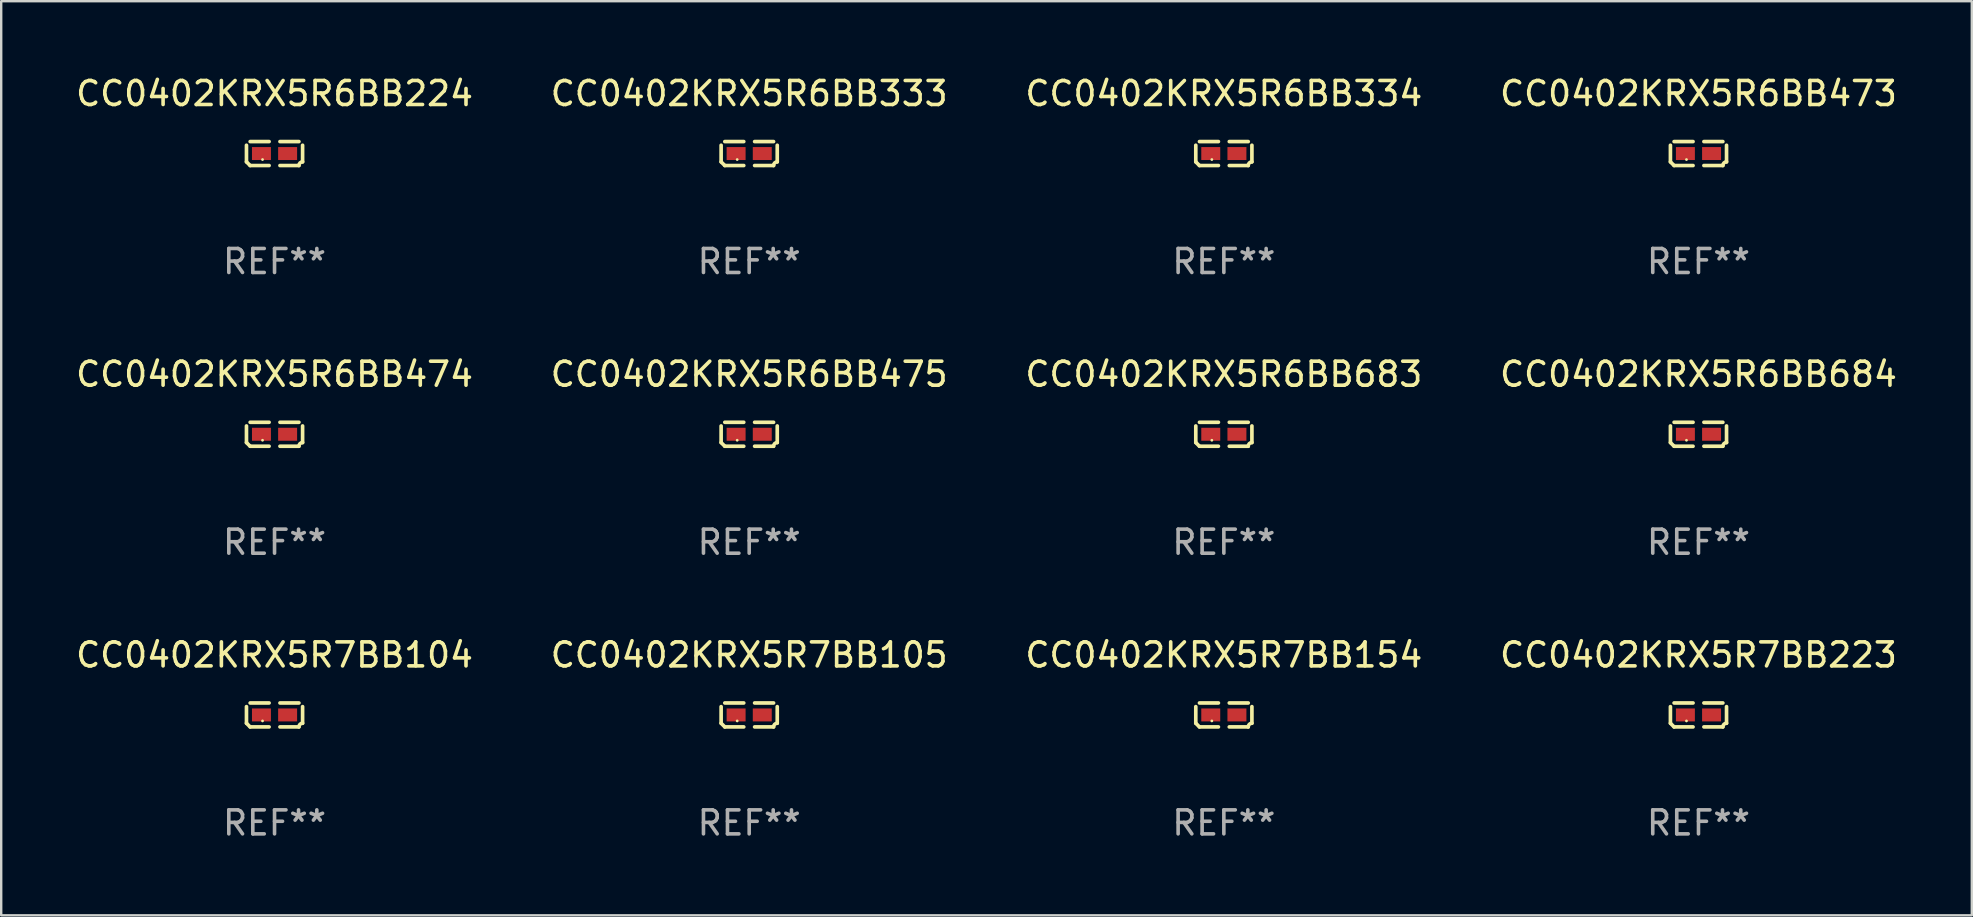
<source format=kicad_pcb>
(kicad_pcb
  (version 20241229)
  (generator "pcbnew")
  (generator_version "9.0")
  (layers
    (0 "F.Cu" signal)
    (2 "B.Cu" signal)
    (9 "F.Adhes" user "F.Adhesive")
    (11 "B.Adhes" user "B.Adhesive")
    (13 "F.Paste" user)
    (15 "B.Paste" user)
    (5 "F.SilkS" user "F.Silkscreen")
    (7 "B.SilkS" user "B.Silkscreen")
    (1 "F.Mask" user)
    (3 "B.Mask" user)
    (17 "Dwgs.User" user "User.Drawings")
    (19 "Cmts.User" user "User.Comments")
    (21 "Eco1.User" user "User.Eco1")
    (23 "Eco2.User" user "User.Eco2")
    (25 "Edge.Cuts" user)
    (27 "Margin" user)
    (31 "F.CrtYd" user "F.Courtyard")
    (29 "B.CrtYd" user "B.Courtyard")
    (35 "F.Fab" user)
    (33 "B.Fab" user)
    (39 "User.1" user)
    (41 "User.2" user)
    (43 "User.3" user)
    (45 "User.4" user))
  (footprint "CC0402KRX5R7BB105"
    (layer "F.Cu")
    (at 28.161 26.734)
    (property "Reference" "CC0402KRX5R7BB105" (at 0 -2.499 0) (layer "F.SilkS") (effects (font (size 1 1) (thickness 0.15))))
    (attr through_hole)
    (fp_line (start -1.169 0.346) (end -1.169 -0.346) (stroke (width 0.152) (type solid)) (layer "F.SilkS"))
    (fp_line (start -1.016 -0.499) (end -0.226 -0.499) (stroke (width 0.152) (type solid)) (layer "F.SilkS"))
    (fp_line (start -0.226 0.499) (end -1.016 0.499) (stroke (width 0.152) (type solid)) (layer "F.SilkS"))
    (fp_line (start 0.226 0.499) (end 1.016 0.499) (stroke (width 0.152) (type solid)) (layer "F.SilkS"))
    (fp_line (start 1.016 -0.499) (end 0.226 -0.499) (stroke (width 0.152) (type solid)) (layer "F.SilkS"))
    (fp_line (start 1.169 0.346) (end 1.169 -0.346) (stroke (width 0.152) (type solid)) (layer "F.SilkS"))
    (fp_arc (start -1.016307 0.498603) (mid -1.092512 0.422405) (end -1.16871 0.3462) (stroke (width 0.1524) (type solid)) (layer "F.SilkS"))
    (fp_arc (start 1.016307 0.498603) (mid 1.060899 0.390758) (end 1.168707 0.346076) (stroke (width 0.1524) (type solid)) (layer "F.SilkS"))
    (fp_circle (center -0.5 0.25) (end -0.47 0.25) (stroke (width 0.06) (type solid)) (fill no) (layer "F.SilkS"))
    (fp_text user "REF**" (at 0 4.499 0) (layer "F.Fab") (effects (font (size 1 1) (thickness 0.15))))
    (pad "1" smd rect (at -0.545 0) (size 0.79 0.54) (layers "F.Cu" "F.Mask" "F.Paste"))
    (pad "2" smd rect (at 0.545 0) (size 0.79 0.54) (layers "F.Cu" "F.Mask" "F.Paste")))
  (footprint "CC0402KRX5R7BB104"
    (layer "F.Cu")
    (at 8.387 26.734)
    (property "Reference" "CC0402KRX5R7BB104" (at 0 -2.499 0) (layer "F.SilkS") (effects (font (size 1 1) (thickness 0.15))))
    (attr through_hole)
    (fp_line (start -1.169 0.346) (end -1.169 -0.346) (stroke (width 0.152) (type solid)) (layer "F.SilkS"))
    (fp_line (start -1.016 -0.499) (end -0.226 -0.499) (stroke (width 0.152) (type solid)) (layer "F.SilkS"))
    (fp_line (start -0.226 0.499) (end -1.016 0.499) (stroke (width 0.152) (type solid)) (layer "F.SilkS"))
    (fp_line (start 0.226 0.499) (end 1.016 0.499) (stroke (width 0.152) (type solid)) (layer "F.SilkS"))
    (fp_line (start 1.016 -0.499) (end 0.226 -0.499) (stroke (width 0.152) (type solid)) (layer "F.SilkS"))
    (fp_line (start 1.169 0.346) (end 1.169 -0.346) (stroke (width 0.152) (type solid)) (layer "F.SilkS"))
    (fp_arc (start -1.016307 0.498603) (mid -1.092512 0.422405) (end -1.16871 0.3462) (stroke (width 0.1524) (type solid)) (layer "F.SilkS"))
    (fp_arc (start 1.016307 0.498603) (mid 1.060899 0.390758) (end 1.168707 0.346076) (stroke (width 0.1524) (type solid)) (layer "F.SilkS"))
    (fp_circle (center -0.5 0.25) (end -0.47 0.25) (stroke (width 0.06) (type solid)) (fill no) (layer "F.SilkS"))
    (fp_text user "REF**" (at 0 4.499 0) (layer "F.Fab") (effects (font (size 1 1) (thickness 0.15))))
    (pad "1" smd rect (at -0.545 0) (size 0.79 0.54) (layers "F.Cu" "F.Mask" "F.Paste"))
    (pad "2" smd rect (at 0.545 0) (size 0.79 0.54) (layers "F.Cu" "F.Mask" "F.Paste")))
  (footprint "CC0402KRX5R6BB684"
    (layer "F.Cu")
    (at 67.708 15.041)
    (property "Reference" "CC0402KRX5R6BB684" (at 0 -2.499 0) (layer "F.SilkS") (effects (font (size 1 1) (thickness 0.15))))
    (attr through_hole)
    (fp_line (start -1.169 0.346) (end -1.169 -0.346) (stroke (width 0.152) (type solid)) (layer "F.SilkS"))
    (fp_line (start -1.016 -0.499) (end -0.226 -0.499) (stroke (width 0.152) (type solid)) (layer "F.SilkS"))
    (fp_line (start -0.226 0.499) (end -1.016 0.499) (stroke (width 0.152) (type solid)) (layer "F.SilkS"))
    (fp_line (start 0.226 0.499) (end 1.016 0.499) (stroke (width 0.152) (type solid)) (layer "F.SilkS"))
    (fp_line (start 1.016 -0.499) (end 0.226 -0.499) (stroke (width 0.152) (type solid)) (layer "F.SilkS"))
    (fp_line (start 1.169 0.346) (end 1.169 -0.346) (stroke (width 0.152) (type solid)) (layer "F.SilkS"))
    (fp_arc (start -1.016307 0.498603) (mid -1.092512 0.422405) (end -1.16871 0.3462) (stroke (width 0.1524) (type solid)) (layer "F.SilkS"))
    (fp_arc (start 1.016307 0.498603) (mid 1.060899 0.390758) (end 1.168707 0.346076) (stroke (width 0.1524) (type solid)) (layer "F.SilkS"))
    (fp_circle (center -0.5 0.25) (end -0.47 0.25) (stroke (width 0.06) (type solid)) (fill no) (layer "F.SilkS"))
    (fp_text user "REF**" (at 0 4.499 0) (layer "F.Fab") (effects (font (size 1 1) (thickness 0.15))))
    (pad "1" smd rect (at -0.545 0) (size 0.79 0.54) (layers "F.Cu" "F.Mask" "F.Paste"))
    (pad "2" smd rect (at 0.545 0) (size 0.79 0.54) (layers "F.Cu" "F.Mask" "F.Paste")))
  (footprint "CC0402KRX5R6BB224"
    (layer "F.Cu")
    (at 8.387 3.347)
    (property "Reference" "CC0402KRX5R6BB224" (at 0 -2.499 0) (layer "F.SilkS") (effects (font (size 1 1) (thickness 0.15))))
    (attr through_hole)
    (fp_line (start -1.169 0.346) (end -1.169 -0.346) (stroke (width 0.152) (type solid)) (layer "F.SilkS"))
    (fp_line (start -1.016 -0.499) (end -0.226 -0.499) (stroke (width 0.152) (type solid)) (layer "F.SilkS"))
    (fp_line (start -0.226 0.499) (end -1.016 0.499) (stroke (width 0.152) (type solid)) (layer "F.SilkS"))
    (fp_line (start 0.226 0.499) (end 1.016 0.499) (stroke (width 0.152) (type solid)) (layer "F.SilkS"))
    (fp_line (start 1.016 -0.499) (end 0.226 -0.499) (stroke (width 0.152) (type solid)) (layer "F.SilkS"))
    (fp_line (start 1.169 0.346) (end 1.169 -0.346) (stroke (width 0.152) (type solid)) (layer "F.SilkS"))
    (fp_arc (start -1.016307 0.498603) (mid -1.092512 0.422405) (end -1.16871 0.3462) (stroke (width 0.1524) (type solid)) (layer "F.SilkS"))
    (fp_arc (start 1.016307 0.498603) (mid 1.060899 0.390758) (end 1.168707 0.346076) (stroke (width 0.1524) (type solid)) (layer "F.SilkS"))
    (fp_circle (center -0.5 0.25) (end -0.47 0.25) (stroke (width 0.06) (type solid)) (fill no) (layer "F.SilkS"))
    (fp_text user "REF**" (at 0 4.499 0) (layer "F.Fab") (effects (font (size 1 1) (thickness 0.15))))
    (pad "1" smd rect (at -0.545 0) (size 0.79 0.54) (layers "F.Cu" "F.Mask" "F.Paste"))
    (pad "2" smd rect (at 0.545 0) (size 0.79 0.54) (layers "F.Cu" "F.Mask" "F.Paste")))
  (footprint "CC0402KRX5R6BB473"
    (layer "F.Cu")
    (at 67.708 3.347)
    (property "Reference" "CC0402KRX5R6BB473" (at 0 -2.499 0) (layer "F.SilkS") (effects (font (size 1 1) (thickness 0.15))))
    (attr through_hole)
    (fp_line (start -1.169 0.346) (end -1.169 -0.346) (stroke (width 0.152) (type solid)) (layer "F.SilkS"))
    (fp_line (start -1.016 -0.499) (end -0.226 -0.499) (stroke (width 0.152) (type solid)) (layer "F.SilkS"))
    (fp_line (start -0.226 0.499) (end -1.016 0.499) (stroke (width 0.152) (type solid)) (layer "F.SilkS"))
    (fp_line (start 0.226 0.499) (end 1.016 0.499) (stroke (width 0.152) (type solid)) (layer "F.SilkS"))
    (fp_line (start 1.016 -0.499) (end 0.226 -0.499) (stroke (width 0.152) (type solid)) (layer "F.SilkS"))
    (fp_line (start 1.169 0.346) (end 1.169 -0.346) (stroke (width 0.152) (type solid)) (layer "F.SilkS"))
    (fp_arc (start -1.016307 0.498603) (mid -1.092512 0.422405) (end -1.16871 0.3462) (stroke (width 0.1524) (type solid)) (layer "F.SilkS"))
    (fp_arc (start 1.016307 0.498603) (mid 1.060899 0.390758) (end 1.168707 0.346076) (stroke (width 0.1524) (type solid)) (layer "F.SilkS"))
    (fp_circle (center -0.5 0.25) (end -0.47 0.25) (stroke (width 0.06) (type solid)) (fill no) (layer "F.SilkS"))
    (fp_text user "REF**" (at 0 4.499 0) (layer "F.Fab") (effects (font (size 1 1) (thickness 0.15))))
    (pad "1" smd rect (at -0.545 0) (size 0.79 0.54) (layers "F.Cu" "F.Mask" "F.Paste"))
    (pad "2" smd rect (at 0.545 0) (size 0.79 0.54) (layers "F.Cu" "F.Mask" "F.Paste")))
  (footprint "CC0402KRX5R7BB223"
    (layer "F.Cu")
    (at 67.708 26.734)
    (property "Reference" "CC0402KRX5R7BB223" (at 0 -2.499 0) (layer "F.SilkS") (effects (font (size 1 1) (thickness 0.15))))
    (attr through_hole)
    (fp_line (start -1.169 0.346) (end -1.169 -0.346) (stroke (width 0.152) (type solid)) (layer "F.SilkS"))
    (fp_line (start -1.016 -0.499) (end -0.226 -0.499) (stroke (width 0.152) (type solid)) (layer "F.SilkS"))
    (fp_line (start -0.226 0.499) (end -1.016 0.499) (stroke (width 0.152) (type solid)) (layer "F.SilkS"))
    (fp_line (start 0.226 0.499) (end 1.016 0.499) (stroke (width 0.152) (type solid)) (layer "F.SilkS"))
    (fp_line (start 1.016 -0.499) (end 0.226 -0.499) (stroke (width 0.152) (type solid)) (layer "F.SilkS"))
    (fp_line (start 1.169 0.346) (end 1.169 -0.346) (stroke (width 0.152) (type solid)) (layer "F.SilkS"))
    (fp_arc (start -1.016307 0.498603) (mid -1.092512 0.422405) (end -1.16871 0.3462) (stroke (width 0.1524) (type solid)) (layer "F.SilkS"))
    (fp_arc (start 1.016307 0.498603) (mid 1.060899 0.390758) (end 1.168707 0.346076) (stroke (width 0.1524) (type solid)) (layer "F.SilkS"))
    (fp_circle (center -0.5 0.25) (end -0.47 0.25) (stroke (width 0.06) (type solid)) (fill no) (layer "F.SilkS"))
    (fp_text user "REF**" (at 0 4.499 0) (layer "F.Fab") (effects (font (size 1 1) (thickness 0.15))))
    (pad "1" smd rect (at -0.545 0) (size 0.79 0.54) (layers "F.Cu" "F.Mask" "F.Paste"))
    (pad "2" smd rect (at 0.545 0) (size 0.79 0.54) (layers "F.Cu" "F.Mask" "F.Paste")))
  (footprint "CC0402KRX5R6BB683"
    (layer "F.Cu")
    (at 47.935 15.041)
    (property "Reference" "CC0402KRX5R6BB683" (at 0 -2.499 0) (layer "F.SilkS") (effects (font (size 1 1) (thickness 0.15))))
    (attr through_hole)
    (fp_line (start -1.169 0.346) (end -1.169 -0.346) (stroke (width 0.152) (type solid)) (layer "F.SilkS"))
    (fp_line (start -1.016 -0.499) (end -0.226 -0.499) (stroke (width 0.152) (type solid)) (layer "F.SilkS"))
    (fp_line (start -0.226 0.499) (end -1.016 0.499) (stroke (width 0.152) (type solid)) (layer "F.SilkS"))
    (fp_line (start 0.226 0.499) (end 1.016 0.499) (stroke (width 0.152) (type solid)) (layer "F.SilkS"))
    (fp_line (start 1.016 -0.499) (end 0.226 -0.499) (stroke (width 0.152) (type solid)) (layer "F.SilkS"))
    (fp_line (start 1.169 0.346) (end 1.169 -0.346) (stroke (width 0.152) (type solid)) (layer "F.SilkS"))
    (fp_arc (start -1.016307 0.498603) (mid -1.092512 0.422405) (end -1.16871 0.3462) (stroke (width 0.1524) (type solid)) (layer "F.SilkS"))
    (fp_arc (start 1.016307 0.498603) (mid 1.060899 0.390758) (end 1.168707 0.346076) (stroke (width 0.1524) (type solid)) (layer "F.SilkS"))
    (fp_circle (center -0.5 0.25) (end -0.47 0.25) (stroke (width 0.06) (type solid)) (fill no) (layer "F.SilkS"))
    (fp_text user "REF**" (at 0 4.499 0) (layer "F.Fab") (effects (font (size 1 1) (thickness 0.15))))
    (pad "1" smd rect (at -0.545 0) (size 0.79 0.54) (layers "F.Cu" "F.Mask" "F.Paste"))
    (pad "2" smd rect (at 0.545 0) (size 0.79 0.54) (layers "F.Cu" "F.Mask" "F.Paste")))
  (footprint "CC0402KRX5R7BB154"
    (layer "F.Cu")
    (at 47.935 26.734)
    (property "Reference" "CC0402KRX5R7BB154" (at 0 -2.499 0) (layer "F.SilkS") (effects (font (size 1 1) (thickness 0.15))))
    (attr through_hole)
    (fp_line (start -1.169 0.346) (end -1.169 -0.346) (stroke (width 0.152) (type solid)) (layer "F.SilkS"))
    (fp_line (start -1.016 -0.499) (end -0.226 -0.499) (stroke (width 0.152) (type solid)) (layer "F.SilkS"))
    (fp_line (start -0.226 0.499) (end -1.016 0.499) (stroke (width 0.152) (type solid)) (layer "F.SilkS"))
    (fp_line (start 0.226 0.499) (end 1.016 0.499) (stroke (width 0.152) (type solid)) (layer "F.SilkS"))
    (fp_line (start 1.016 -0.499) (end 0.226 -0.499) (stroke (width 0.152) (type solid)) (layer "F.SilkS"))
    (fp_line (start 1.169 0.346) (end 1.169 -0.346) (stroke (width 0.152) (type solid)) (layer "F.SilkS"))
    (fp_arc (start -1.016307 0.498603) (mid -1.092512 0.422405) (end -1.16871 0.3462) (stroke (width 0.1524) (type solid)) (layer "F.SilkS"))
    (fp_arc (start 1.016307 0.498603) (mid 1.060899 0.390758) (end 1.168707 0.346076) (stroke (width 0.1524) (type solid)) (layer "F.SilkS"))
    (fp_circle (center -0.5 0.25) (end -0.47 0.25) (stroke (width 0.06) (type solid)) (fill no) (layer "F.SilkS"))
    (fp_text user "REF**" (at 0 4.499 0) (layer "F.Fab") (effects (font (size 1 1) (thickness 0.15))))
    (pad "1" smd rect (at -0.545 0) (size 0.79 0.54) (layers "F.Cu" "F.Mask" "F.Paste"))
    (pad "2" smd rect (at 0.545 0) (size 0.79 0.54) (layers "F.Cu" "F.Mask" "F.Paste")))
  (footprint "CC0402KRX5R6BB475"
    (layer "F.Cu")
    (at 28.161 15.041)
    (property "Reference" "CC0402KRX5R6BB475" (at 0 -2.499 0) (layer "F.SilkS") (effects (font (size 1 1) (thickness 0.15))))
    (attr through_hole)
    (fp_line (start -1.169 0.346) (end -1.169 -0.346) (stroke (width 0.152) (type solid)) (layer "F.SilkS"))
    (fp_line (start -1.016 -0.499) (end -0.226 -0.499) (stroke (width 0.152) (type solid)) (layer "F.SilkS"))
    (fp_line (start -0.226 0.499) (end -1.016 0.499) (stroke (width 0.152) (type solid)) (layer "F.SilkS"))
    (fp_line (start 0.226 0.499) (end 1.016 0.499) (stroke (width 0.152) (type solid)) (layer "F.SilkS"))
    (fp_line (start 1.016 -0.499) (end 0.226 -0.499) (stroke (width 0.152) (type solid)) (layer "F.SilkS"))
    (fp_line (start 1.169 0.346) (end 1.169 -0.346) (stroke (width 0.152) (type solid)) (layer "F.SilkS"))
    (fp_arc (start -1.016307 0.498603) (mid -1.092512 0.422405) (end -1.16871 0.3462) (stroke (width 0.1524) (type solid)) (layer "F.SilkS"))
    (fp_arc (start 1.016307 0.498603) (mid 1.060899 0.390758) (end 1.168707 0.346076) (stroke (width 0.1524) (type solid)) (layer "F.SilkS"))
    (fp_circle (center -0.5 0.25) (end -0.47 0.25) (stroke (width 0.06) (type solid)) (fill no) (layer "F.SilkS"))
    (fp_text user "REF**" (at 0 4.499 0) (layer "F.Fab") (effects (font (size 1 1) (thickness 0.15))))
    (pad "1" smd rect (at -0.545 0) (size 0.79 0.54) (layers "F.Cu" "F.Mask" "F.Paste"))
    (pad "2" smd rect (at 0.545 0) (size 0.79 0.54) (layers "F.Cu" "F.Mask" "F.Paste")))
  (footprint "CC0402KRX5R6BB474"
    (layer "F.Cu")
    (at 8.387 15.041)
    (property "Reference" "CC0402KRX5R6BB474" (at 0 -2.499 0) (layer "F.SilkS") (effects (font (size 1 1) (thickness 0.15))))
    (attr through_hole)
    (fp_line (start -1.169 0.346) (end -1.169 -0.346) (stroke (width 0.152) (type solid)) (layer "F.SilkS"))
    (fp_line (start -1.016 -0.499) (end -0.226 -0.499) (stroke (width 0.152) (type solid)) (layer "F.SilkS"))
    (fp_line (start -0.226 0.499) (end -1.016 0.499) (stroke (width 0.152) (type solid)) (layer "F.SilkS"))
    (fp_line (start 0.226 0.499) (end 1.016 0.499) (stroke (width 0.152) (type solid)) (layer "F.SilkS"))
    (fp_line (start 1.016 -0.499) (end 0.226 -0.499) (stroke (width 0.152) (type solid)) (layer "F.SilkS"))
    (fp_line (start 1.169 0.346) (end 1.169 -0.346) (stroke (width 0.152) (type solid)) (layer "F.SilkS"))
    (fp_arc (start -1.016307 0.498603) (mid -1.092512 0.422405) (end -1.16871 0.3462) (stroke (width 0.1524) (type solid)) (layer "F.SilkS"))
    (fp_arc (start 1.016307 0.498603) (mid 1.060899 0.390758) (end 1.168707 0.346076) (stroke (width 0.1524) (type solid)) (layer "F.SilkS"))
    (fp_circle (center -0.5 0.25) (end -0.47 0.25) (stroke (width 0.06) (type solid)) (fill no) (layer "F.SilkS"))
    (fp_text user "REF**" (at 0 4.499 0) (layer "F.Fab") (effects (font (size 1 1) (thickness 0.15))))
    (pad "1" smd rect (at -0.545 0) (size 0.79 0.54) (layers "F.Cu" "F.Mask" "F.Paste"))
    (pad "2" smd rect (at 0.545 0) (size 0.79 0.54) (layers "F.Cu" "F.Mask" "F.Paste")))
  (footprint "CC0402KRX5R6BB334"
    (layer "F.Cu")
    (at 47.935 3.347)
    (property "Reference" "CC0402KRX5R6BB334" (at 0 -2.499 0) (layer "F.SilkS") (effects (font (size 1 1) (thickness 0.15))))
    (attr through_hole)
    (fp_line (start -1.169 0.346) (end -1.169 -0.346) (stroke (width 0.152) (type solid)) (layer "F.SilkS"))
    (fp_line (start -1.016 -0.499) (end -0.226 -0.499) (stroke (width 0.152) (type solid)) (layer "F.SilkS"))
    (fp_line (start -0.226 0.499) (end -1.016 0.499) (stroke (width 0.152) (type solid)) (layer "F.SilkS"))
    (fp_line (start 0.226 0.499) (end 1.016 0.499) (stroke (width 0.152) (type solid)) (layer "F.SilkS"))
    (fp_line (start 1.016 -0.499) (end 0.226 -0.499) (stroke (width 0.152) (type solid)) (layer "F.SilkS"))
    (fp_line (start 1.169 0.346) (end 1.169 -0.346) (stroke (width 0.152) (type solid)) (layer "F.SilkS"))
    (fp_arc (start -1.016307 0.498603) (mid -1.092512 0.422405) (end -1.16871 0.3462) (stroke (width 0.1524) (type solid)) (layer "F.SilkS"))
    (fp_arc (start 1.016307 0.498603) (mid 1.060899 0.390758) (end 1.168707 0.346076) (stroke (width 0.1524) (type solid)) (layer "F.SilkS"))
    (fp_circle (center -0.5 0.25) (end -0.47 0.25) (stroke (width 0.06) (type solid)) (fill no) (layer "F.SilkS"))
    (fp_text user "REF**" (at 0 4.499 0) (layer "F.Fab") (effects (font (size 1 1) (thickness 0.15))))
    (pad "1" smd rect (at -0.545 0) (size 0.79 0.54) (layers "F.Cu" "F.Mask" "F.Paste"))
    (pad "2" smd rect (at 0.545 0) (size 0.79 0.54) (layers "F.Cu" "F.Mask" "F.Paste")))
  (footprint "CC0402KRX5R6BB333"
    (layer "F.Cu")
    (at 28.161 3.347)
    (property "Reference" "CC0402KRX5R6BB333" (at 0 -2.499 0) (layer "F.SilkS") (effects (font (size 1 1) (thickness 0.15))))
    (attr through_hole)
    (fp_line (start -1.169 0.346) (end -1.169 -0.346) (stroke (width 0.152) (type solid)) (layer "F.SilkS"))
    (fp_line (start -1.016 -0.499) (end -0.226 -0.499) (stroke (width 0.152) (type solid)) (layer "F.SilkS"))
    (fp_line (start -0.226 0.499) (end -1.016 0.499) (stroke (width 0.152) (type solid)) (layer "F.SilkS"))
    (fp_line (start 0.226 0.499) (end 1.016 0.499) (stroke (width 0.152) (type solid)) (layer "F.SilkS"))
    (fp_line (start 1.016 -0.499) (end 0.226 -0.499) (stroke (width 0.152) (type solid)) (layer "F.SilkS"))
    (fp_line (start 1.169 0.346) (end 1.169 -0.346) (stroke (width 0.152) (type solid)) (layer "F.SilkS"))
    (fp_arc (start -1.016307 0.498603) (mid -1.092512 0.422405) (end -1.16871 0.3462) (stroke (width 0.1524) (type solid)) (layer "F.SilkS"))
    (fp_arc (start 1.016307 0.498603) (mid 1.060899 0.390758) (end 1.168707 0.346076) (stroke (width 0.1524) (type solid)) (layer "F.SilkS"))
    (fp_circle (center -0.5 0.25) (end -0.47 0.25) (stroke (width 0.06) (type solid)) (fill no) (layer "F.SilkS"))
    (fp_text user "REF**" (at 0 4.499 0) (layer "F.Fab") (effects (font (size 1 1) (thickness 0.15))))
    (pad "1" smd rect (at -0.545 0) (size 0.79 0.54) (layers "F.Cu" "F.Mask" "F.Paste"))
    (pad "2" smd rect (at 0.545 0) (size 0.79 0.54) (layers "F.Cu" "F.Mask" "F.Paste")))
  (gr_rect
    (start -3 -3)
    (end 79.095 35.081)
    (stroke (width 0.1) (type default))
    (fill no)
    (layer "Edge.Cuts")))
</source>
